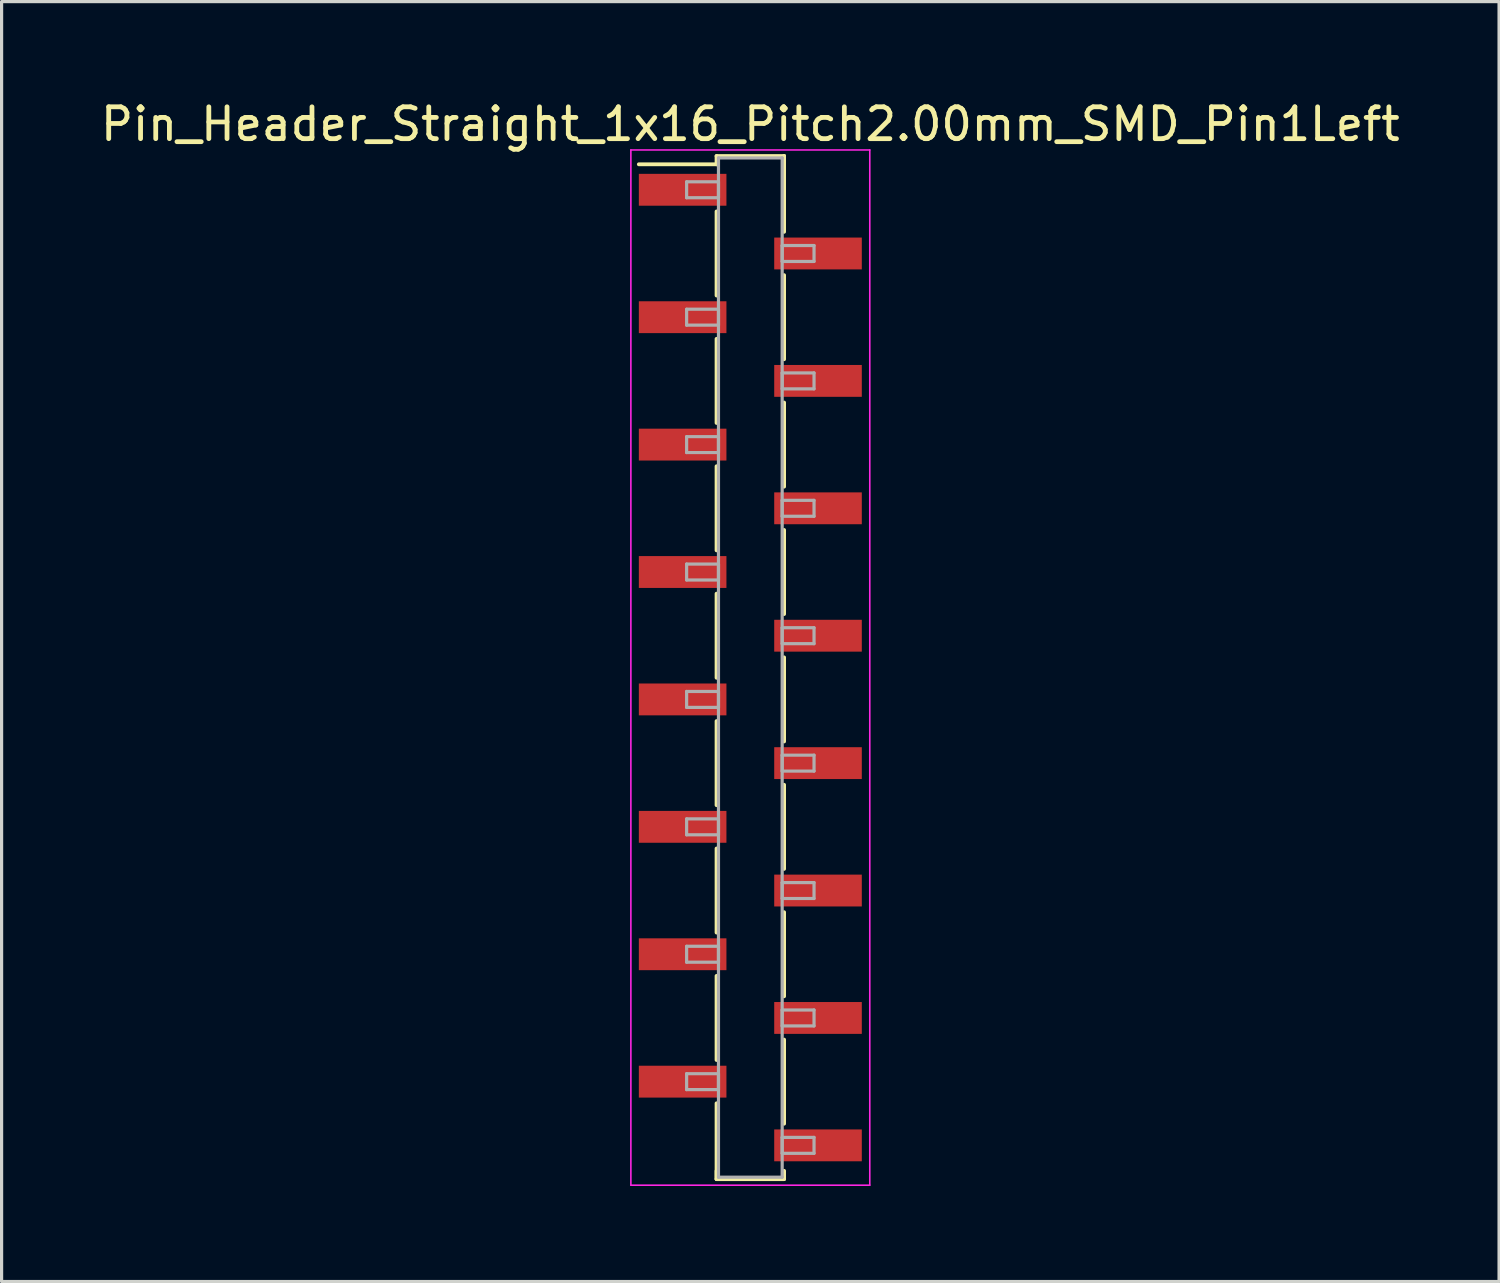
<source format=kicad_pcb>
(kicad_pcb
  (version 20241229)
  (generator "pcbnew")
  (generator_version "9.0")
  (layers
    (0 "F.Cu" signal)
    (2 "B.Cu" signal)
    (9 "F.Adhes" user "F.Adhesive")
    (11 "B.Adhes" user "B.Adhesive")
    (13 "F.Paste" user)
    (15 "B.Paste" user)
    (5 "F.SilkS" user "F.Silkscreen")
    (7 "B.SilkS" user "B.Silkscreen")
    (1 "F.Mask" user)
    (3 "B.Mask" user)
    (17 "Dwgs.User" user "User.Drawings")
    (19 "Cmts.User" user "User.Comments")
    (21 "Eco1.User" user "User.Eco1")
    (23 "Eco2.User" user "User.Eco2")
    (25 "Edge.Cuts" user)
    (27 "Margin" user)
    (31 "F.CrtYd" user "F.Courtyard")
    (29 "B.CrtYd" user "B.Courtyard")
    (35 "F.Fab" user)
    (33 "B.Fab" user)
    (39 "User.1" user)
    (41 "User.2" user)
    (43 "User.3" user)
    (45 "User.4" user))
  (footprint "Pin_Header_Straight_1x16_Pitch2.00mm_SMD_Pin1Left"
    (layer "F.Cu")
    (at 20.506 17.908)
    (property "Reference" "Pin_Header_Straight_1x16_Pitch2.00mm_SMD_Pin1Left" (at 0 -17.06 0) (layer "F.SilkS") (effects (font (size 1 1) (thickness 0.15))))
    (attr smd)
    (fp_line (start -1.06 -16.06) (end 1.06 -16.06) (stroke (width 0.12) (type solid)) (layer "F.SilkS"))
    (fp_line (start -1.06 -15.8) (end -3.5 -15.8) (stroke (width 0.12) (type solid)) (layer "F.SilkS"))
    (fp_line (start -1.06 -15.8) (end -1.06 -16.06) (stroke (width 0.12) (type solid)) (layer "F.SilkS"))
    (fp_line (start -1.06 -14.32) (end -1.06 -11.68) (stroke (width 0.12) (type solid)) (layer "F.SilkS"))
    (fp_line (start -1.06 -10.32) (end -1.06 -7.68) (stroke (width 0.12) (type solid)) (layer "F.SilkS"))
    (fp_line (start -1.06 -6.32) (end -1.06 -3.68) (stroke (width 0.12) (type solid)) (layer "F.SilkS"))
    (fp_line (start -1.06 -2.32) (end -1.06 0.32) (stroke (width 0.12) (type solid)) (layer "F.SilkS"))
    (fp_line (start -1.06 1.68) (end -1.06 4.32) (stroke (width 0.12) (type solid)) (layer "F.SilkS"))
    (fp_line (start -1.06 5.68) (end -1.06 8.32) (stroke (width 0.12) (type solid)) (layer "F.SilkS"))
    (fp_line (start -1.06 9.68) (end -1.06 12.32) (stroke (width 0.12) (type solid)) (layer "F.SilkS"))
    (fp_line (start -1.06 13.68) (end -1.06 16.06) (stroke (width 0.12) (type solid)) (layer "F.SilkS"))
    (fp_line (start -1.06 15.8) (end -1.06 16.06) (stroke (width 0.12) (type solid)) (layer "F.SilkS"))
    (fp_line (start -1.06 16.06) (end 1.06 16.06) (stroke (width 0.12) (type solid)) (layer "F.SilkS"))
    (fp_line (start 1.06 -16.06) (end 1.06 -15.8) (stroke (width 0.12) (type solid)) (layer "F.SilkS"))
    (fp_line (start 1.06 -16.06) (end 1.06 -13.68) (stroke (width 0.12) (type solid)) (layer "F.SilkS"))
    (fp_line (start 1.06 -12.32) (end 1.06 -9.68) (stroke (width 0.12) (type solid)) (layer "F.SilkS"))
    (fp_line (start 1.06 -8.32) (end 1.06 -5.68) (stroke (width 0.12) (type solid)) (layer "F.SilkS"))
    (fp_line (start 1.06 -4.32) (end 1.06 -1.68) (stroke (width 0.12) (type solid)) (layer "F.SilkS"))
    (fp_line (start 1.06 -0.32) (end 1.06 2.32) (stroke (width 0.12) (type solid)) (layer "F.SilkS"))
    (fp_line (start 1.06 3.68) (end 1.06 6.32) (stroke (width 0.12) (type solid)) (layer "F.SilkS"))
    (fp_line (start 1.06 7.68) (end 1.06 10.32) (stroke (width 0.12) (type solid)) (layer "F.SilkS"))
    (fp_line (start 1.06 11.68) (end 1.06 14.32) (stroke (width 0.12) (type solid)) (layer "F.SilkS"))
    (fp_line (start 1.06 16.06) (end 1.06 15.8) (stroke (width 0.12) (type solid)) (layer "F.SilkS"))
    (fp_line (start -3.75 -16.25) (end -3.75 16.25) (stroke (width 0.05) (type solid)) (layer "F.CrtYd"))
    (fp_line (start -3.75 16.25) (end 3.75 16.25) (stroke (width 0.05) (type solid)) (layer "F.CrtYd"))
    (fp_line (start 3.75 -16.25) (end -3.75 -16.25) (stroke (width 0.05) (type solid)) (layer "F.CrtYd"))
    (fp_line (start 3.75 16.25) (end 3.75 -16.25) (stroke (width 0.05) (type solid)) (layer "F.CrtYd"))
    (fp_line (start -2 -15.25) (end -1 -15.25) (stroke (width 0.1) (type solid)) (layer "F.Fab"))
    (fp_line (start -2 -14.75) (end -2 -15.25) (stroke (width 0.1) (type solid)) (layer "F.Fab"))
    (fp_line (start -2 -11.25) (end -1 -11.25) (stroke (width 0.1) (type solid)) (layer "F.Fab"))
    (fp_line (start -2 -10.75) (end -2 -11.25) (stroke (width 0.1) (type solid)) (layer "F.Fab"))
    (fp_line (start -2 -7.25) (end -1 -7.25) (stroke (width 0.1) (type solid)) (layer "F.Fab"))
    (fp_line (start -2 -6.75) (end -2 -7.25) (stroke (width 0.1) (type solid)) (layer "F.Fab"))
    (fp_line (start -2 -3.25) (end -1 -3.25) (stroke (width 0.1) (type solid)) (layer "F.Fab"))
    (fp_line (start -2 -2.75) (end -2 -3.25) (stroke (width 0.1) (type solid)) (layer "F.Fab"))
    (fp_line (start -2 0.75) (end -1 0.75) (stroke (width 0.1) (type solid)) (layer "F.Fab"))
    (fp_line (start -2 1.25) (end -2 0.75) (stroke (width 0.1) (type solid)) (layer "F.Fab"))
    (fp_line (start -2 4.75) (end -1 4.75) (stroke (width 0.1) (type solid)) (layer "F.Fab"))
    (fp_line (start -2 5.25) (end -2 4.75) (stroke (width 0.1) (type solid)) (layer "F.Fab"))
    (fp_line (start -2 8.75) (end -1 8.75) (stroke (width 0.1) (type solid)) (layer "F.Fab"))
    (fp_line (start -2 9.25) (end -2 8.75) (stroke (width 0.1) (type solid)) (layer "F.Fab"))
    (fp_line (start -2 12.75) (end -1 12.75) (stroke (width 0.1) (type solid)) (layer "F.Fab"))
    (fp_line (start -2 13.25) (end -2 12.75) (stroke (width 0.1) (type solid)) (layer "F.Fab"))
    (fp_line (start -1 -16) (end -1 16) (stroke (width 0.1) (type solid)) (layer "F.Fab"))
    (fp_line (start -1 -15.25) (end -1 -14.75) (stroke (width 0.1) (type solid)) (layer "F.Fab"))
    (fp_line (start -1 -14.75) (end -2 -14.75) (stroke (width 0.1) (type solid)) (layer "F.Fab"))
    (fp_line (start -1 -11.25) (end -1 -10.75) (stroke (width 0.1) (type solid)) (layer "F.Fab"))
    (fp_line (start -1 -10.75) (end -2 -10.75) (stroke (width 0.1) (type solid)) (layer "F.Fab"))
    (fp_line (start -1 -7.25) (end -1 -6.75) (stroke (width 0.1) (type solid)) (layer "F.Fab"))
    (fp_line (start -1 -6.75) (end -2 -6.75) (stroke (width 0.1) (type solid)) (layer "F.Fab"))
    (fp_line (start -1 -3.25) (end -1 -2.75) (stroke (width 0.1) (type solid)) (layer "F.Fab"))
    (fp_line (start -1 -2.75) (end -2 -2.75) (stroke (width 0.1) (type solid)) (layer "F.Fab"))
    (fp_line (start -1 0.75) (end -1 1.25) (stroke (width 0.1) (type solid)) (layer "F.Fab"))
    (fp_line (start -1 1.25) (end -2 1.25) (stroke (width 0.1) (type solid)) (layer "F.Fab"))
    (fp_line (start -1 4.75) (end -1 5.25) (stroke (width 0.1) (type solid)) (layer "F.Fab"))
    (fp_line (start -1 5.25) (end -2 5.25) (stroke (width 0.1) (type solid)) (layer "F.Fab"))
    (fp_line (start -1 8.75) (end -1 9.25) (stroke (width 0.1) (type solid)) (layer "F.Fab"))
    (fp_line (start -1 9.25) (end -2 9.25) (stroke (width 0.1) (type solid)) (layer "F.Fab"))
    (fp_line (start -1 12.75) (end -1 13.25) (stroke (width 0.1) (type solid)) (layer "F.Fab"))
    (fp_line (start -1 13.25) (end -2 13.25) (stroke (width 0.1) (type solid)) (layer "F.Fab"))
    (fp_line (start -1 16) (end 1 16) (stroke (width 0.1) (type solid)) (layer "F.Fab"))
    (fp_line (start 1 -16) (end -1 -16) (stroke (width 0.1) (type solid)) (layer "F.Fab"))
    (fp_line (start 1 -13.25) (end 1 -12.75) (stroke (width 0.1) (type solid)) (layer "F.Fab"))
    (fp_line (start 1 -12.75) (end 2 -12.75) (stroke (width 0.1) (type solid)) (layer "F.Fab"))
    (fp_line (start 1 -9.25) (end 1 -8.75) (stroke (width 0.1) (type solid)) (layer "F.Fab"))
    (fp_line (start 1 -8.75) (end 2 -8.75) (stroke (width 0.1) (type solid)) (layer "F.Fab"))
    (fp_line (start 1 -5.25) (end 1 -4.75) (stroke (width 0.1) (type solid)) (layer "F.Fab"))
    (fp_line (start 1 -4.75) (end 2 -4.75) (stroke (width 0.1) (type solid)) (layer "F.Fab"))
    (fp_line (start 1 -1.25) (end 1 -0.75) (stroke (width 0.1) (type solid)) (layer "F.Fab"))
    (fp_line (start 1 -0.75) (end 2 -0.75) (stroke (width 0.1) (type solid)) (layer "F.Fab"))
    (fp_line (start 1 2.75) (end 1 3.25) (stroke (width 0.1) (type solid)) (layer "F.Fab"))
    (fp_line (start 1 3.25) (end 2 3.25) (stroke (width 0.1) (type solid)) (layer "F.Fab"))
    (fp_line (start 1 6.75) (end 1 7.25) (stroke (width 0.1) (type solid)) (layer "F.Fab"))
    (fp_line (start 1 7.25) (end 2 7.25) (stroke (width 0.1) (type solid)) (layer "F.Fab"))
    (fp_line (start 1 10.75) (end 1 11.25) (stroke (width 0.1) (type solid)) (layer "F.Fab"))
    (fp_line (start 1 11.25) (end 2 11.25) (stroke (width 0.1) (type solid)) (layer "F.Fab"))
    (fp_line (start 1 14.75) (end 1 15.25) (stroke (width 0.1) (type solid)) (layer "F.Fab"))
    (fp_line (start 1 15.25) (end 2 15.25) (stroke (width 0.1) (type solid)) (layer "F.Fab"))
    (fp_line (start 1 16) (end 1 -16) (stroke (width 0.1) (type solid)) (layer "F.Fab"))
    (fp_line (start 2 -13.25) (end 1 -13.25) (stroke (width 0.1) (type solid)) (layer "F.Fab"))
    (fp_line (start 2 -12.75) (end 2 -13.25) (stroke (width 0.1) (type solid)) (layer "F.Fab"))
    (fp_line (start 2 -9.25) (end 1 -9.25) (stroke (width 0.1) (type solid)) (layer "F.Fab"))
    (fp_line (start 2 -8.75) (end 2 -9.25) (stroke (width 0.1) (type solid)) (layer "F.Fab"))
    (fp_line (start 2 -5.25) (end 1 -5.25) (stroke (width 0.1) (type solid)) (layer "F.Fab"))
    (fp_line (start 2 -4.75) (end 2 -5.25) (stroke (width 0.1) (type solid)) (layer "F.Fab"))
    (fp_line (start 2 -1.25) (end 1 -1.25) (stroke (width 0.1) (type solid)) (layer "F.Fab"))
    (fp_line (start 2 -0.75) (end 2 -1.25) (stroke (width 0.1) (type solid)) (layer "F.Fab"))
    (fp_line (start 2 2.75) (end 1 2.75) (stroke (width 0.1) (type solid)) (layer "F.Fab"))
    (fp_line (start 2 3.25) (end 2 2.75) (stroke (width 0.1) (type solid)) (layer "F.Fab"))
    (fp_line (start 2 6.75) (end 1 6.75) (stroke (width 0.1) (type solid)) (layer "F.Fab"))
    (fp_line (start 2 7.25) (end 2 6.75) (stroke (width 0.1) (type solid)) (layer "F.Fab"))
    (fp_line (start 2 10.75) (end 1 10.75) (stroke (width 0.1) (type solid)) (layer "F.Fab"))
    (fp_line (start 2 11.25) (end 2 10.75) (stroke (width 0.1) (type solid)) (layer "F.Fab"))
    (fp_line (start 2 14.75) (end 1 14.75) (stroke (width 0.1) (type solid)) (layer "F.Fab"))
    (fp_line (start 2 15.25) (end 2 14.75) (stroke (width 0.1) (type solid)) (layer "F.Fab"))
    (pad "1" smd rect (at -2.125 -15) (size 2.75 1) (layers "F.Cu" "F.Mask"))
    (pad "2" smd rect (at 2.125 -13) (size 2.75 1) (layers "F.Cu" "F.Mask"))
    (pad "3" smd rect (at -2.125 -11) (size 2.75 1) (layers "F.Cu" "F.Mask"))
    (pad "4" smd rect (at 2.125 -9) (size 2.75 1) (layers "F.Cu" "F.Mask"))
    (pad "5" smd rect (at -2.125 -7) (size 2.75 1) (layers "F.Cu" "F.Mask"))
    (pad "6" smd rect (at 2.125 -5) (size 2.75 1) (layers "F.Cu" "F.Mask"))
    (pad "7" smd rect (at -2.125 -3) (size 2.75 1) (layers "F.Cu" "F.Mask"))
    (pad "8" smd rect (at 2.125 -1) (size 2.75 1) (layers "F.Cu" "F.Mask"))
    (pad "9" smd rect (at -2.125 1) (size 2.75 1) (layers "F.Cu" "F.Mask"))
    (pad "10" smd rect (at 2.125 3) (size 2.75 1) (layers "F.Cu" "F.Mask"))
    (pad "11" smd rect (at -2.125 5) (size 2.75 1) (layers "F.Cu" "F.Mask"))
    (pad "12" smd rect (at 2.125 7) (size 2.75 1) (layers "F.Cu" "F.Mask"))
    (pad "13" smd rect (at -2.125 9) (size 2.75 1) (layers "F.Cu" "F.Mask"))
    (pad "14" smd rect (at 2.125 11) (size 2.75 1) (layers "F.Cu" "F.Mask"))
    (pad "15" smd rect (at -2.125 13) (size 2.75 1) (layers "F.Cu" "F.Mask"))
    (pad "16" smd rect (at 2.125 15) (size 2.75 1) (layers "F.Cu" "F.Mask")))
  (gr_rect
    (start -3 -3)
    (end 44.012 37.183)
    (stroke (width 0.1) (type default))
    (fill no)
    (layer "Edge.Cuts")))
</source>
